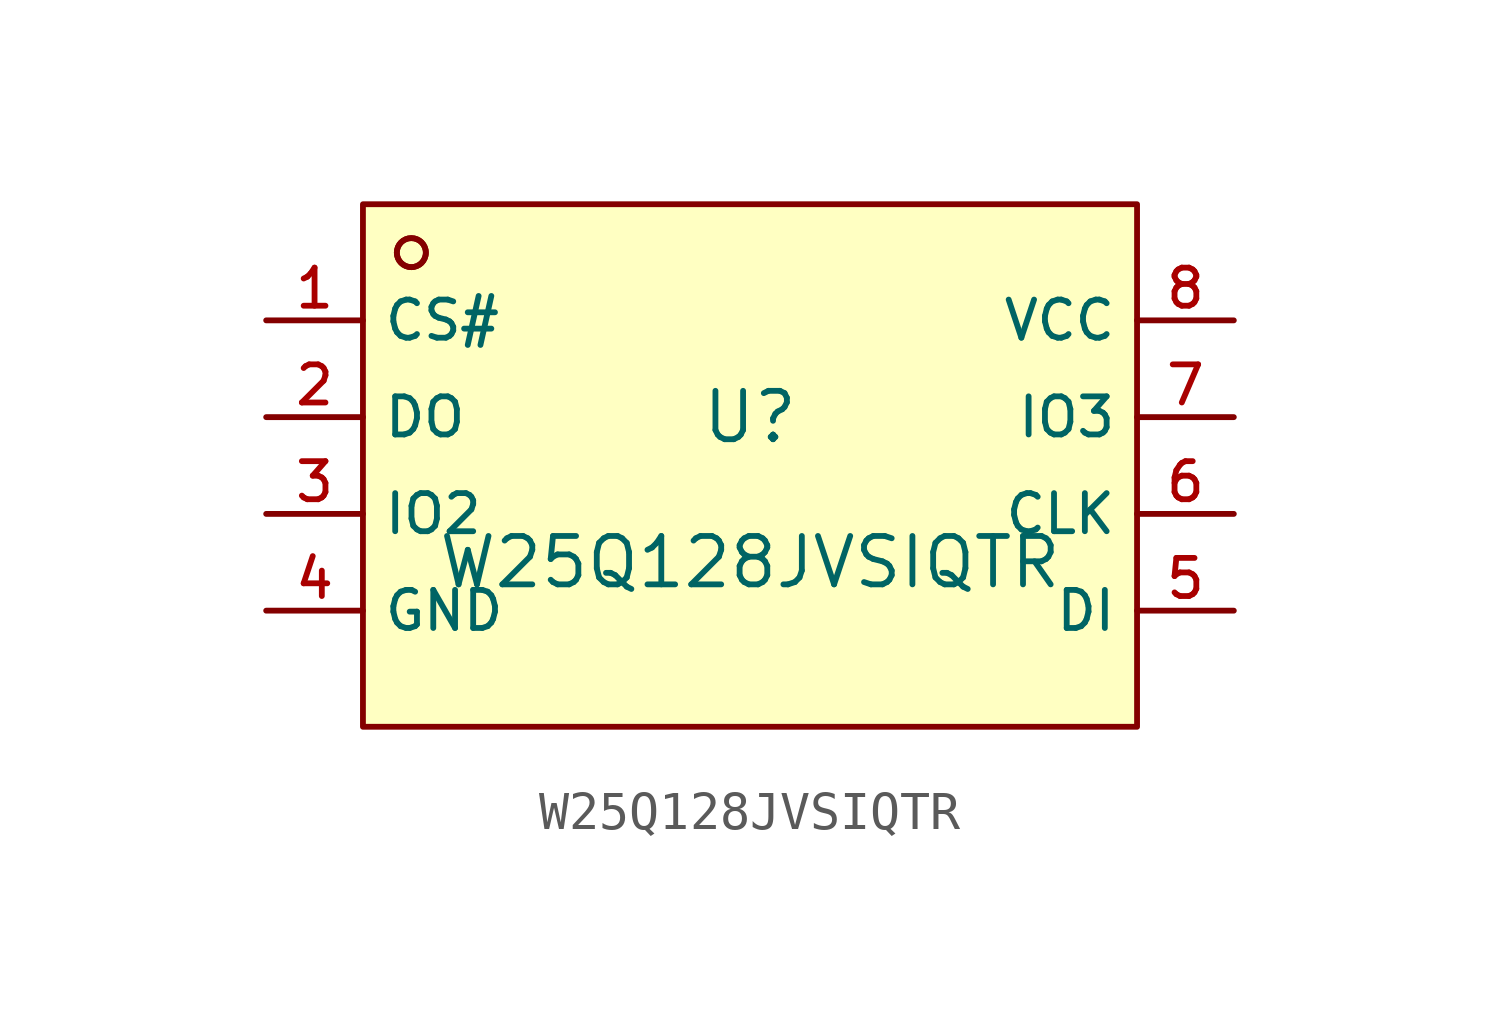
<source format=kicad_sym>
(kicad_symbol_lib
  (version 20231120)
  (generator "kicad_symbol_editor")
  (generator_version "8.0")
  (symbol "W25Q128JVSIQTR"
    (property "Reference" "U"
      (at 0 1.27 0)
      (effects (font (size 1.27 1.27))))
    (property "Value" "W25Q128JVSIQTR"
      (at 0 -2.54 0)
      (effects (font (size 1.27 1.27))))
    (symbol "W25Q128JVSIQTR_0_1"
      (rectangle (start -10.16 6.858) (end 10.16 -6.858) (stroke (width 0) (type default)) (fill (type background)))
      (circle (center -8.89 5.588) (radius 0.381) (stroke (width 0) (type default)) (fill (type background)))
      (circle (center -8.89 5.588) (radius 0.381) (stroke (width 0) (type default)) (fill (type background))))
    (symbol "W25Q128JVSIQTR_1_1"
      (pin input line (at -12.7 3.81 0) (length 2.54) (name "CS#" (effects (font (size 1 1)))) (number "1" (effects (font (size 1 1)))))
      (pin bidirectional line (at -12.7 1.27 0) (length 2.54) (name "DO" (effects (font (size 1 1)))) (number "2" (effects (font (size 1 1)))))
      (pin bidirectional line (at -12.7 -1.27 0) (length 2.54) (name "IO2" (effects (font (size 1 1)))) (number "3" (effects (font (size 1 1)))))
      (pin power_in line (at -12.7 -3.81 0) (length 2.54) (name "GND" (effects (font (size 1 1)))) (number "4" (effects (font (size 1 1)))))
      (pin bidirectional line (at 12.7 -3.81 180) (length 2.54) (name "DI" (effects (font (size 1 1)))) (number "5" (effects (font (size 1 1)))))
      (pin input line (at 12.7 -1.27 180) (length 2.54) (name "CLK" (effects (font (size 1 1)))) (number "6" (effects (font (size 1 1)))))
      (pin bidirectional line (at 12.7 1.27 180) (length 2.54) (name "IO3" (effects (font (size 1 1)))) (number "7" (effects (font (size 1 1)))))
      (pin power_in line (at 12.7 3.81 180) (length 2.54) (name "VCC" (effects (font (size 1 1)))) (number "8" (effects (font (size 1 1))))))))
</source>
